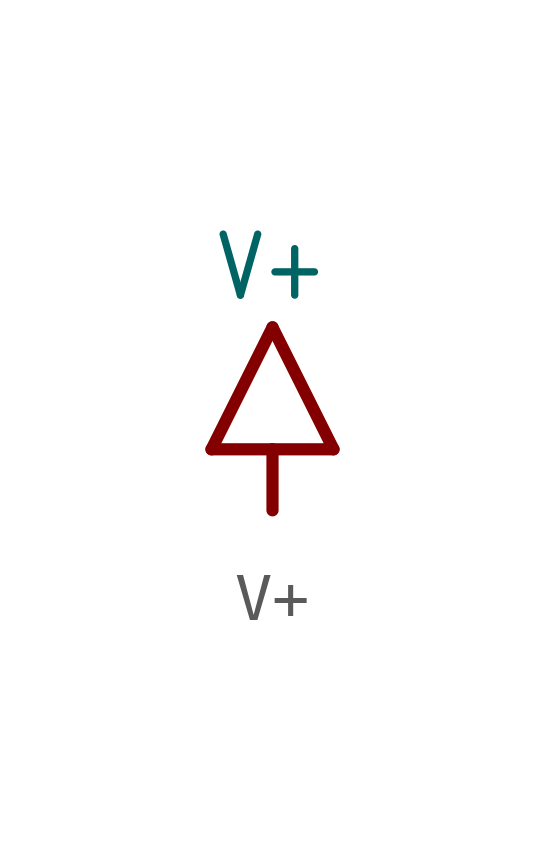
<source format=kicad_sym>
(kicad_symbol_lib
  (version 20201005)
  (generator kicad_symbol_editor)
  (symbol "V+"
    (power)
    (property "Reference" ""
      (at 0 0 0)
      (effects (font (size 1.27 1.27)) hide))
    (property "Value" "V+"
      (at 0 4.318 0)
      (effects (font (size 1.27 1.079)) (justify bottom)))
    (property "ki_locked" ""
      (at 0 0 0)
      (effects (font (size 1.27 1.27))))
    (symbol "V+_1_0"
      (polyline (pts (xy -1.27 1.27) (xy 0 1.27)) (stroke (width 0.254)) (fill (type none)))
      (polyline (pts (xy 0 1.27) (xy 0 0)) (stroke (width 0.254)) (fill (type none)))
      (polyline (pts (xy 0 1.27) (xy 1.27 1.27)) (stroke (width 0.254)) (fill (type none)))
      (polyline (pts (xy 0 3.81) (xy -1.27 1.27)) (stroke (width 0.254)) (fill (type none)))
      (polyline (pts (xy 1.27 1.27) (xy 0 3.81)) (stroke (width 0.254)) (fill (type none)))
      (pin power_in line (at 0 0 90) (length 0) (name "V+" (effects (font (size 0 0)))) (number "1" (effects (font (size 0 0))))))))
</source>
